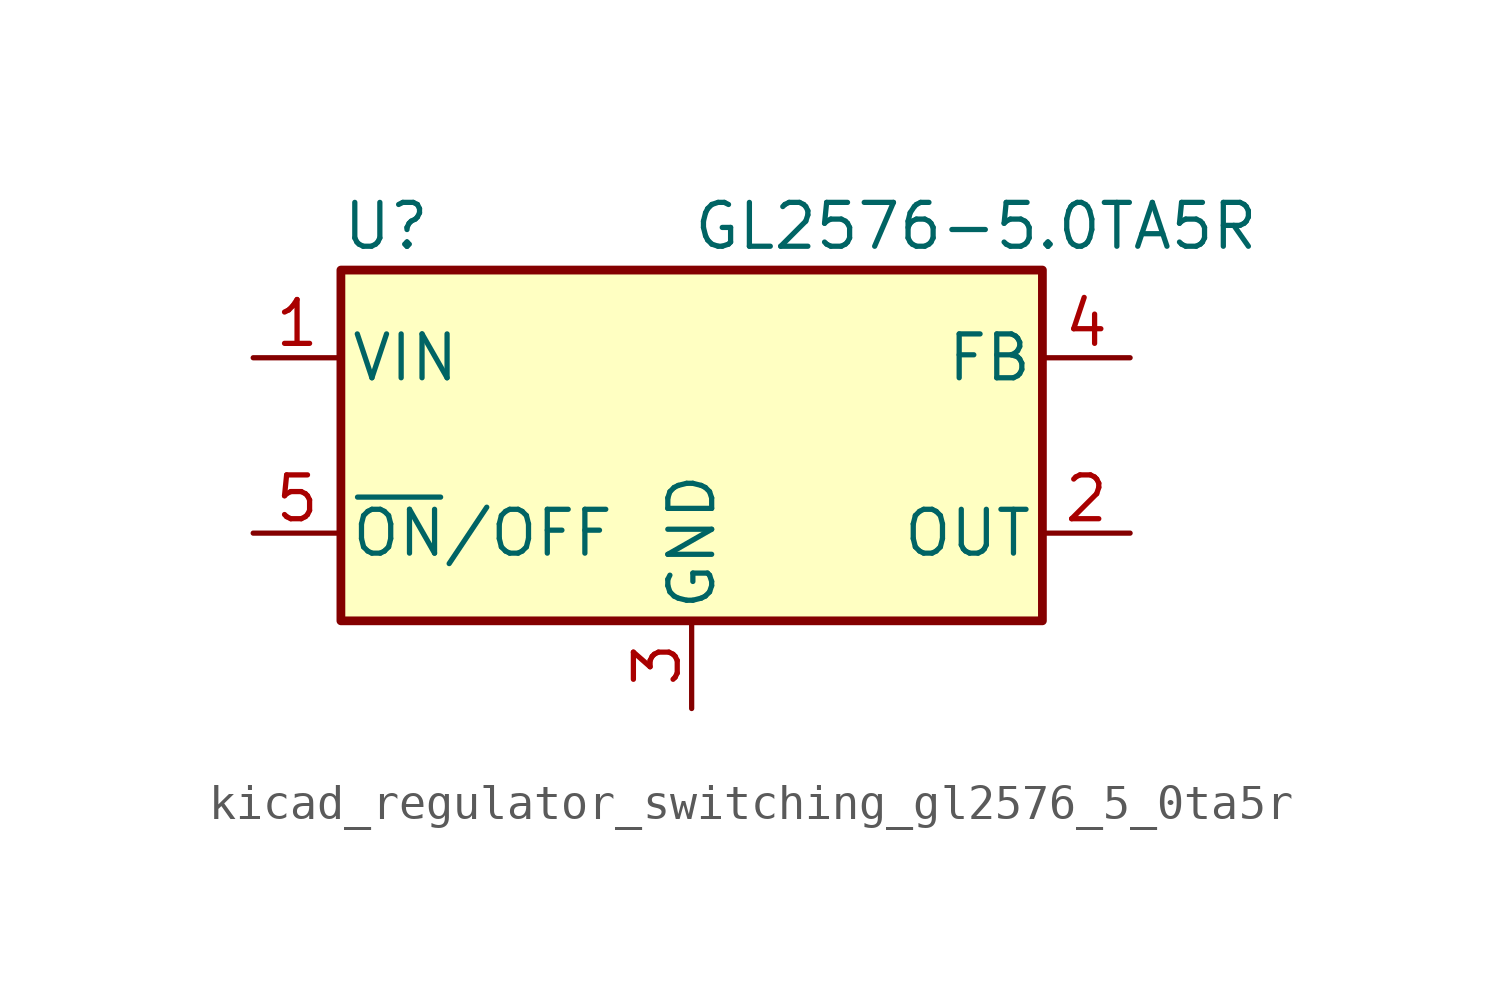
<source format=kicad_sym>
(kicad_symbol_lib
  (version 20220914)
  (generator kicad_symbol_editor)
  (symbol "kicad_regulator_switching_gl2576_5_0ta5r"
    (pin_names
      (offset 0.254))
    (property "Reference" "U"
      (at -10.16 6.35 0)
      (effects (font (size 1.27 1.27)) (justify left)))
    (property "Value" "GL2576-5.0TA5R"
      (at 0 6.35 0)
      (effects (font (size 1.27 1.27)) (justify left)))
    (symbol "kicad_regulator_switching_gl2576_5_0ta5r_0_1"
      (rectangle (start -10.16 5.08) (end 10.16 -5.08) (stroke (width 0.254) (type default)) (fill (type background))))
    (symbol "kicad_regulator_switching_gl2576_5_0ta5r_1_1"
      (pin power_in line (at -12.7 2.54 0) (length 2.54) (name "VIN" (effects (font (size 1.27 1.27)))) (number "1" (effects (font (size 1.27 1.27)))))
      (pin output line (at 12.7 -2.54 180) (length 2.54) (name "OUT" (effects (font (size 1.27 1.27)))) (number "2" (effects (font (size 1.27 1.27)))))
      (pin power_in line (at 0 -7.62 90) (length 2.54) (name "GND" (effects (font (size 1.27 1.27)))) (number "3" (effects (font (size 1.27 1.27)))))
      (pin input line (at 12.7 2.54 180) (length 2.54) (name "FB" (effects (font (size 1.27 1.27)))) (number "4" (effects (font (size 1.27 1.27)))))
      (pin input line (at -12.7 -2.54 0) (length 2.54) (name "~{ON}/OFF" (effects (font (size 1.27 1.27)))) (number "5" (effects (font (size 1.27 1.27))))))))
</source>
